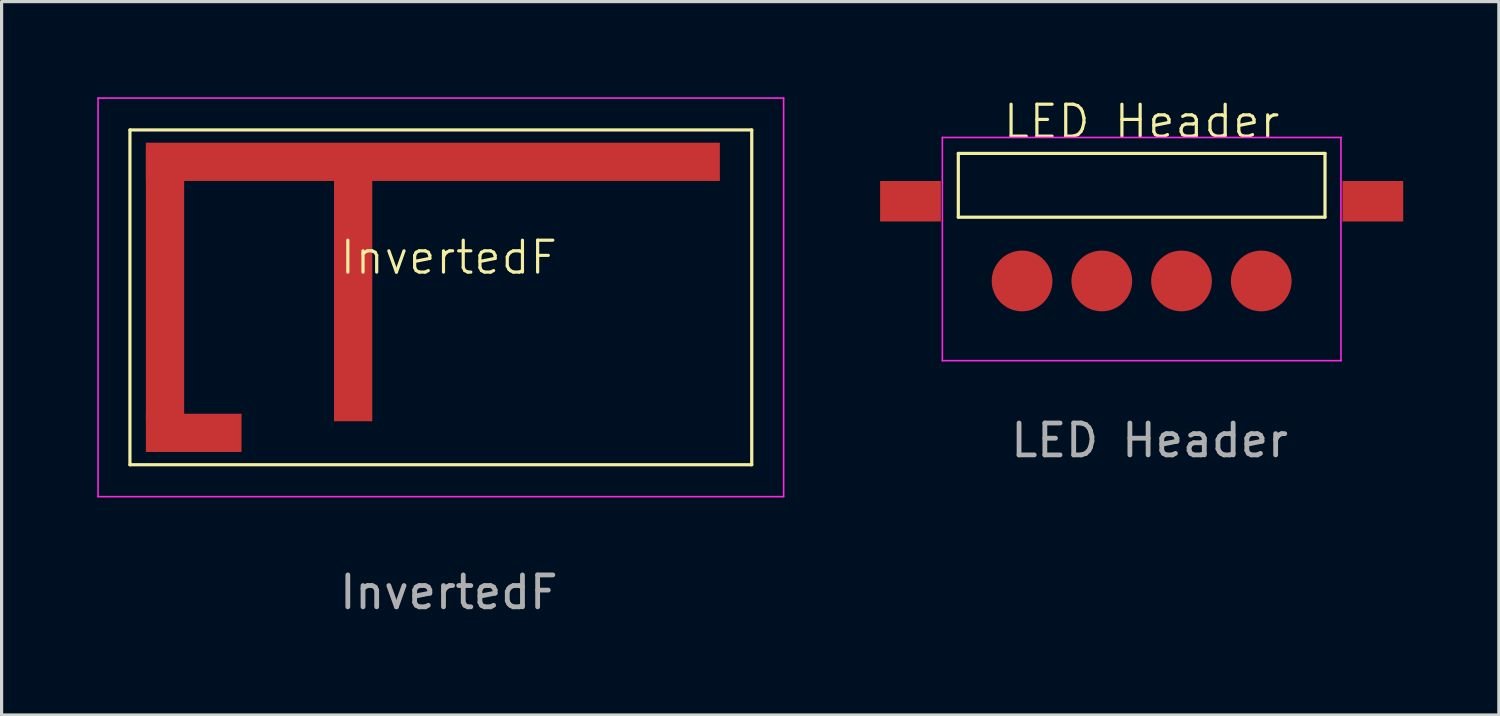
<source format=kicad_pcb>
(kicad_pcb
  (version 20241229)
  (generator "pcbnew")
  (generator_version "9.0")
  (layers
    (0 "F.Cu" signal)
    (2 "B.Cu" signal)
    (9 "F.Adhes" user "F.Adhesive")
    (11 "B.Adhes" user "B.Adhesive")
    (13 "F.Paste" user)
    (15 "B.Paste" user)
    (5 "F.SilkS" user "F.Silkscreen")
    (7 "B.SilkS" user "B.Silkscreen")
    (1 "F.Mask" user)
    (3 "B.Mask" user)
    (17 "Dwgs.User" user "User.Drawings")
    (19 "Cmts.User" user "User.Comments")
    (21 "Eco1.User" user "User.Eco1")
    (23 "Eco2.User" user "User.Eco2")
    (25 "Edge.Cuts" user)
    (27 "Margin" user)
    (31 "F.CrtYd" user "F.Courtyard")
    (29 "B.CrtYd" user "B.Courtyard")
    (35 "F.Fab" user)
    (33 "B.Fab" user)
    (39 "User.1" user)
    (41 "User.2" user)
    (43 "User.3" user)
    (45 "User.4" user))
  (footprint "InvertedF"
    (layer "F.Cu")
    (at 11.025 6.025)
    (property "Reference" "InvertedF" (at 0 -1 0) (unlocked yes) (layer "F.SilkS") (effects (font (size 1 1) (thickness 0.1))))
    (attr smd)
    (fp_line (start -10 -5) (end -10 5.5) (stroke (width 0.1) (type default)) (layer "F.SilkS"))
    (fp_line (start -10 -5) (end 9.5 -5) (stroke (width 0.1) (type default)) (layer "F.SilkS"))
    (fp_line (start -10 5.5) (end 9.5 5.5) (stroke (width 0.1) (type default)) (layer "F.SilkS"))
    (fp_line (start 9.5 5.5) (end 9.5 -5) (stroke (width 0.1) (type default)) (layer "F.SilkS"))
    (fp_line (start -11 -6) (end -11 6.5) (stroke (width 0.05) (type default)) (layer "F.CrtYd"))
    (fp_line (start -11 6.5) (end 10.5 6.5) (stroke (width 0.05) (type default)) (layer "F.CrtYd"))
    (fp_line (start 10.5 -6) (end -11 -6) (stroke (width 0.05) (type default)) (layer "F.CrtYd"))
    (fp_line (start 10.5 -6) (end 10.5 6.5) (stroke (width 0.05) (type default)) (layer "F.CrtYd"))
    (fp_text user "${REFERENCE}" (at 0 9.5 0) (unlocked yes) (layer "F.Fab") (effects (font (size 1 1) (thickness 0.15))))
    (pad "1" smd rect (at -8.9 -0.182) (size 1.2 8.635) (layers "F.Cu" "F.Mask" "F.Paste"))
    (pad "2" smd rect (at -3 -0.182) (size 1.2 8.635) (layers "F.Cu" "F.Mask" "F.Paste"))
    (pad "3" smd rect (at -0.5 -4) (size 18 1.2) (layers "F.Cu" "F.Mask" "F.Paste"))
    (pad "4" smd circle (at -3 3.5) (size 1 1) (layers "F.Cu" "F.Mask" "F.Paste"))
    (pad "5" smd circle (at -8.9 3.5) (size 1 1) (layers "F.Cu" "F.Mask" "F.Paste"))
    (pad "6" smd rect (at -8 4.5) (size 3 1.2) (layers "F.Cu" "F.Mask" "F.Paste")))
  (footprint "LED Header"
    (layer "F.Cu")
    (at 29.003 5.761)
    (property "Reference" "LED Header" (at 3.75 -5 0) (unlocked yes) (layer "F.SilkS") (effects (font (size 1 1) (thickness 0.1))))
    (attr smd)
    (fp_line (start -2 -4) (end 9.5 -4) (stroke (width 0.1) (type default)) (layer "F.SilkS"))
    (fp_line (start -2 -2) (end -2 -4) (stroke (width 0.1) (type default)) (layer "F.SilkS"))
    (fp_line (start 9.5 -4) (end 9.5 -2) (stroke (width 0.1) (type default)) (layer "F.SilkS"))
    (fp_line (start 9.5 -2) (end -2 -2) (stroke (width 0.1) (type default)) (layer "F.SilkS"))
    (fp_line (start -2.5 -4.5) (end -2.5 2.5) (stroke (width 0.05) (type default)) (layer "F.CrtYd"))
    (fp_line (start -2.5 2.5) (end 10 2.5) (stroke (width 0.05) (type default)) (layer "F.CrtYd"))
    (fp_line (start 10 -4.5) (end -2.5 -4.5) (stroke (width 0.05) (type default)) (layer "F.CrtYd"))
    (fp_line (start 10 2.5) (end 10 -4.5) (stroke (width 0.05) (type default)) (layer "F.CrtYd"))
    (fp_text user "${REFERENCE}" (at 4 5 0) (unlocked yes) (layer "F.Fab") (effects (font (size 1 1) (thickness 0.15))))
    (pad "1" smd circle (at 0 0) (size 1.905 1.905) (layers "F.Cu" "F.Mask" "F.Paste"))
    (pad "2" smd circle (at 2.5 0) (size 1.905 1.905) (layers "F.Cu" "F.Mask" "F.Paste"))
    (pad "3" smd circle (at 5 0) (size 1.905 1.905) (layers "F.Cu" "F.Mask" "F.Paste"))
    (pad "4" smd circle (at 7.5 0) (size 1.905 1.905) (layers "F.Cu" "F.Mask" "F.Paste"))
    (pad "5" smd rect (at -3.5 -2.5) (size 1.905 1.27) (layers "F.Cu" "F.Mask" "F.Paste"))
    (pad "6" smd rect (at 11 -2.5) (size 1.905 1.27) (layers "F.Cu" "F.Mask" "F.Paste")))
  (gr_rect
    (start -3 -3)
    (end 43.955 19.373)
    (stroke (width 0.1) (type default))
    (fill no)
    (layer "Edge.Cuts")))
</source>
